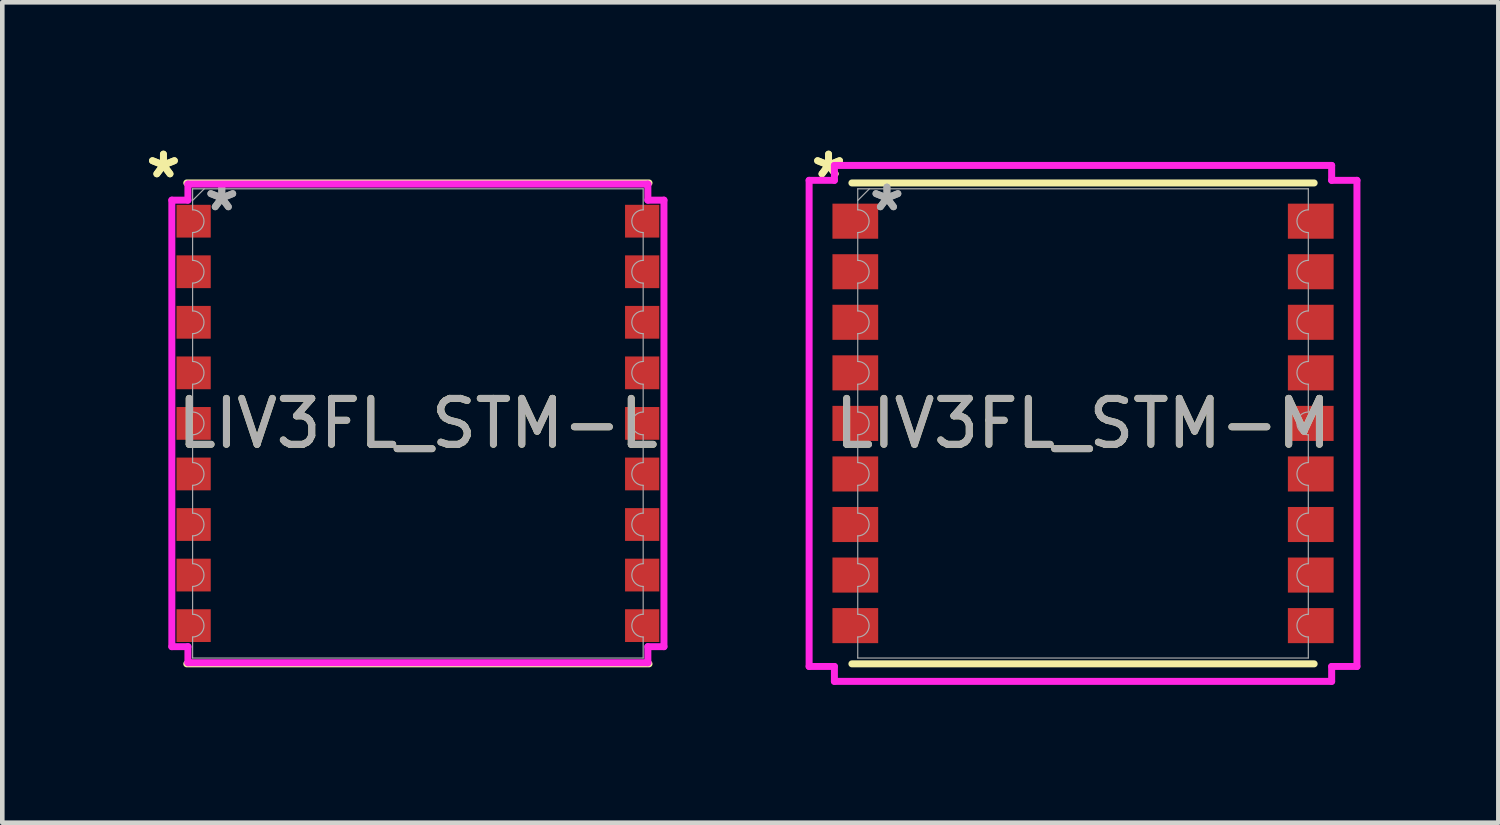
<source format=kicad_pcb>
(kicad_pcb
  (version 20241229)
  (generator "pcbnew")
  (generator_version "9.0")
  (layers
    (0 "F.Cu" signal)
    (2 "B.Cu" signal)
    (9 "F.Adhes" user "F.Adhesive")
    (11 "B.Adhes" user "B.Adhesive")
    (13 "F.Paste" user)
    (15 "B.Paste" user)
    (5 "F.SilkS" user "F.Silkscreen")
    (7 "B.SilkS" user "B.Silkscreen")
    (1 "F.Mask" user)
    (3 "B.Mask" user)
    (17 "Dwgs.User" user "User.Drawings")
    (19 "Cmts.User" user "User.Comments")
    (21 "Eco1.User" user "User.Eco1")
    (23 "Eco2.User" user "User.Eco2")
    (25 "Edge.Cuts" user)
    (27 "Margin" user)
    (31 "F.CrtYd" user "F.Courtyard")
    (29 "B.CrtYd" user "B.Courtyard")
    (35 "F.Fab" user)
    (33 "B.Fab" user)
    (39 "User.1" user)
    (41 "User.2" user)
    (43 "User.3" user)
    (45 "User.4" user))
  (footprint "LIV3FL_STM-M"
    (layer "F.Cu")
    (at 20.516 6.163)
    (property "Reference" "LIV3FL_STM-M" (at 0 0 0) (unlocked yes) (layer "F.SilkS") (effects (font (size 1 1) (thickness 0.15))))
    (attr smd)
    (fp_line (start -5.029 -5.232) (end 5.029 -5.232) (stroke (width 0.152) (type solid)) (layer "F.SilkS"))
    (fp_line (start -5.029 5.232) (end 5.029 5.232) (stroke (width 0.152) (type solid)) (layer "F.SilkS"))
    (fp_line (start -5.96 -5.289) (end -5.41 -5.289) (stroke (width 0.152) (type solid)) (layer "F.CrtYd"))
    (fp_line (start -5.96 5.289) (end -5.96 -5.289) (stroke (width 0.152) (type solid)) (layer "F.CrtYd"))
    (fp_line (start -5.96 5.289) (end -5.41 5.289) (stroke (width 0.152) (type solid)) (layer "F.CrtYd"))
    (fp_line (start -5.41 -5.613) (end 5.41 -5.613) (stroke (width 0.152) (type solid)) (layer "F.CrtYd"))
    (fp_line (start -5.41 -5.289) (end -5.41 -5.613) (stroke (width 0.152) (type solid)) (layer "F.CrtYd"))
    (fp_line (start -5.41 5.613) (end -5.41 5.289) (stroke (width 0.152) (type solid)) (layer "F.CrtYd"))
    (fp_line (start 5.41 -5.613) (end 5.41 -5.289) (stroke (width 0.152) (type solid)) (layer "F.CrtYd"))
    (fp_line (start 5.41 5.289) (end 5.41 5.613) (stroke (width 0.152) (type solid)) (layer "F.CrtYd"))
    (fp_line (start 5.41 5.613) (end -5.41 5.613) (stroke (width 0.152) (type solid)) (layer "F.CrtYd"))
    (fp_line (start 5.96 -5.289) (end 5.41 -5.289) (stroke (width 0.152) (type solid)) (layer "F.CrtYd"))
    (fp_line (start 5.96 -5.289) (end 5.96 5.289) (stroke (width 0.152) (type solid)) (layer "F.CrtYd"))
    (fp_line (start 5.96 5.289) (end 5.41 5.289) (stroke (width 0.152) (type solid)) (layer "F.CrtYd"))
    (fp_line (start -4.902 -5.105) (end 4.902 -5.105) (stroke (width 0.025) (type solid)) (layer "F.Fab"))
    (fp_line (start -4.902 -4.648) (end -4.902 -5.105) (stroke (width 0.025) (type solid)) (layer "F.Fab"))
    (fp_line (start -4.902 -4.152) (end -4.902 -3.548) (stroke (width 0.025) (type solid)) (layer "F.Fab"))
    (fp_line (start -4.902 -3.052) (end -4.902 -2.448) (stroke (width 0.025) (type solid)) (layer "F.Fab"))
    (fp_line (start -4.902 -1.952) (end -4.902 -1.348) (stroke (width 0.025) (type solid)) (layer "F.Fab"))
    (fp_line (start -4.902 -0.852) (end -4.902 -0.248) (stroke (width 0.025) (type solid)) (layer "F.Fab"))
    (fp_line (start -4.902 0.248) (end -4.902 0.852) (stroke (width 0.025) (type solid)) (layer "F.Fab"))
    (fp_line (start -4.902 1.348) (end -4.902 1.952) (stroke (width 0.025) (type solid)) (layer "F.Fab"))
    (fp_line (start -4.902 2.448) (end -4.902 3.052) (stroke (width 0.025) (type solid)) (layer "F.Fab"))
    (fp_line (start -4.902 3.548) (end -4.902 4.152) (stroke (width 0.025) (type solid)) (layer "F.Fab"))
    (fp_line (start -4.902 4.648) (end -4.902 5.105) (stroke (width 0.025) (type solid)) (layer "F.Fab"))
    (fp_line (start -4.902 5.105) (end 4.902 5.105) (stroke (width 0.025) (type solid)) (layer "F.Fab"))
    (fp_line (start -4.648 -5.105) (end -4.902 -4.851) (stroke (width 0.025) (type solid)) (layer "F.Fab"))
    (fp_line (start 4.902 -4.648) (end 4.902 -5.105) (stroke (width 0.025) (type solid)) (layer "F.Fab"))
    (fp_line (start 4.902 -4.152) (end 4.902 -3.548) (stroke (width 0.025) (type solid)) (layer "F.Fab"))
    (fp_line (start 4.902 -3.052) (end 4.902 -2.448) (stroke (width 0.025) (type solid)) (layer "F.Fab"))
    (fp_line (start 4.902 -1.952) (end 4.902 -1.348) (stroke (width 0.025) (type solid)) (layer "F.Fab"))
    (fp_line (start 4.902 -0.852) (end 4.902 -0.248) (stroke (width 0.025) (type solid)) (layer "F.Fab"))
    (fp_line (start 4.902 0.248) (end 4.902 0.852) (stroke (width 0.025) (type solid)) (layer "F.Fab"))
    (fp_line (start 4.902 1.348) (end 4.902 1.952) (stroke (width 0.025) (type solid)) (layer "F.Fab"))
    (fp_line (start 4.902 2.448) (end 4.902 3.052) (stroke (width 0.025) (type solid)) (layer "F.Fab"))
    (fp_line (start 4.902 3.548) (end 4.902 4.152) (stroke (width 0.025) (type solid)) (layer "F.Fab"))
    (fp_line (start 4.902 4.648) (end 4.902 5.105) (stroke (width 0.025) (type solid)) (layer "F.Fab"))
    (fp_arc (start -4.9022 -4.647651) (mid -4.65455 -4.400001) (end -4.9022 -4.152351) (stroke (width 0.0254) (type solid)) (layer "F.Fab"))
    (fp_arc (start -4.9022 -3.547651) (mid -4.65455 -3.300001) (end -4.9022 -3.052351) (stroke (width 0.0254) (type solid)) (layer "F.Fab"))
    (fp_arc (start -4.9022 -2.447651) (mid -4.65455 -2.200001) (end -4.9022 -1.952351) (stroke (width 0.0254) (type solid)) (layer "F.Fab"))
    (fp_arc (start -4.9022 -1.34765) (mid -4.65455 -1.1) (end -4.9022 -0.85235) (stroke (width 0.0254) (type solid)) (layer "F.Fab"))
    (fp_arc (start -4.9022 -0.24765) (mid -4.65455 0) (end -4.9022 0.24765) (stroke (width 0.0254) (type solid)) (layer "F.Fab"))
    (fp_arc (start -4.9022 0.85235) (mid -4.65455 1.1) (end -4.9022 1.34765) (stroke (width 0.0254) (type solid)) (layer "F.Fab"))
    (fp_arc (start -4.9022 1.952351) (mid -4.65455 2.200001) (end -4.9022 2.447651) (stroke (width 0.0254) (type solid)) (layer "F.Fab"))
    (fp_arc (start -4.9022 3.052348) (mid -4.65455 3.299998) (end -4.9022 3.547648) (stroke (width 0.0254) (type solid)) (layer "F.Fab"))
    (fp_arc (start -4.9022 4.152349) (mid -4.65455 4.399999) (end -4.9022 4.647649) (stroke (width 0.0254) (type solid)) (layer "F.Fab"))
    (fp_arc (start 4.9022 -4.152351) (mid 4.65455 -4.400001) (end 4.9022 -4.647651) (stroke (width 0.0254) (type solid)) (layer "F.Fab"))
    (fp_arc (start 4.9022 -3.052351) (mid 4.65455 -3.300001) (end 4.9022 -3.547651) (stroke (width 0.0254) (type solid)) (layer "F.Fab"))
    (fp_arc (start 4.9022 -1.952351) (mid 4.65455 -2.200001) (end 4.9022 -2.447651) (stroke (width 0.0254) (type solid)) (layer "F.Fab"))
    (fp_arc (start 4.9022 -0.85235) (mid 4.65455 -1.1) (end 4.9022 -1.34765) (stroke (width 0.0254) (type solid)) (layer "F.Fab"))
    (fp_arc (start 4.9022 0.24765) (mid 4.65455 0) (end 4.9022 -0.24765) (stroke (width 0.0254) (type solid)) (layer "F.Fab"))
    (fp_arc (start 4.9022 1.34765) (mid 4.65455 1.1) (end 4.9022 0.85235) (stroke (width 0.0254) (type solid)) (layer "F.Fab"))
    (fp_arc (start 4.9022 2.447651) (mid 4.65455 2.200001) (end 4.9022 1.952351) (stroke (width 0.0254) (type solid)) (layer "F.Fab"))
    (fp_arc (start 4.9022 3.547648) (mid 4.65455 3.299998) (end 4.9022 3.052348) (stroke (width 0.0254) (type solid)) (layer "F.Fab"))
    (fp_arc (start 4.9022 4.647649) (mid 4.65455 4.399999) (end 4.9022 4.152349) (stroke (width 0.0254) (type solid)) (layer "F.Fab"))
    (fp_text user "*" (at -5.537 -5.314 0) (unlocked yes) (layer "F.SilkS") (effects (font (size 1 1) (thickness 0.15))))
    (fp_text user "*" (at -5.537 -5.314 0) (layer "F.SilkS") (effects (font (size 1 1) (thickness 0.15))))
    (fp_text user "*" (at -4.267 -4.597 0) (layer "F.Fab") (effects (font (size 1 1) (thickness 0.15))))
    (fp_text user "${REFERENCE}" (at 0 0 0) (unlocked yes) (layer "F.Fab") (effects (font (size 1 1) (thickness 0.15))))
    (fp_text user "*" (at -4.267 -4.597 0) (unlocked yes) (layer "F.Fab") (effects (font (size 1 1) (thickness 0.15))))
    (pad "1" smd rect (at -4.955 -4.4) (size 0.995 0.763) (layers "F.Cu" "F.Mask" "F.Paste"))
    (pad "2" smd rect (at -4.955 -3.3) (size 0.995 0.763) (layers "F.Cu" "F.Mask" "F.Paste"))
    (pad "3" smd rect (at -4.955 -2.2) (size 0.995 0.763) (layers "F.Cu" "F.Mask" "F.Paste"))
    (pad "4" smd rect (at -4.955 -1.1) (size 0.995 0.763) (layers "F.Cu" "F.Mask" "F.Paste"))
    (pad "5" smd rect (at -4.955 0) (size 0.995 0.763) (layers "F.Cu" "F.Mask" "F.Paste"))
    (pad "6" smd rect (at -4.955 1.1) (size 0.995 0.763) (layers "F.Cu" "F.Mask" "F.Paste"))
    (pad "7" smd rect (at -4.955 2.2) (size 0.995 0.763) (layers "F.Cu" "F.Mask" "F.Paste"))
    (pad "8" smd rect (at -4.955 3.3) (size 0.995 0.763) (layers "F.Cu" "F.Mask" "F.Paste"))
    (pad "9" smd rect (at -4.955 4.4) (size 0.995 0.763) (layers "F.Cu" "F.Mask" "F.Paste"))
    (pad "10" smd rect (at 4.955 4.4) (size 0.995 0.763) (layers "F.Cu" "F.Mask" "F.Paste"))
    (pad "11" smd rect (at 4.955 3.3) (size 0.995 0.763) (layers "F.Cu" "F.Mask" "F.Paste"))
    (pad "12" smd rect (at 4.955 2.2) (size 0.995 0.763) (layers "F.Cu" "F.Mask" "F.Paste"))
    (pad "13" smd rect (at 4.955 1.1) (size 0.995 0.763) (layers "F.Cu" "F.Mask" "F.Paste"))
    (pad "14" smd rect (at 4.955 0) (size 0.995 0.763) (layers "F.Cu" "F.Mask" "F.Paste"))
    (pad "15" smd rect (at 4.955 -1.1) (size 0.995 0.763) (layers "F.Cu" "F.Mask" "F.Paste"))
    (pad "16" smd rect (at 4.955 -2.2) (size 0.995 0.763) (layers "F.Cu" "F.Mask" "F.Paste"))
    (pad "17" smd rect (at 4.955 -3.3) (size 0.995 0.763) (layers "F.Cu" "F.Mask" "F.Paste"))
    (pad "18" smd rect (at 4.955 -4.4) (size 0.995 0.763) (layers "F.Cu" "F.Mask" "F.Paste")))
  (footprint "LIV3FL_STM-L"
    (layer "F.Cu")
    (at 6.043 6.163)
    (property "Reference" "LIV3FL_STM-L" (at 0 0 0) (unlocked yes) (layer "F.SilkS") (effects (font (size 1 1) (thickness 0.15))))
    (attr smd)
    (fp_line (start -5.029 -5.232) (end 5.029 -5.232) (stroke (width 0.152) (type solid)) (layer "F.SilkS"))
    (fp_line (start -5.029 5.232) (end 5.029 5.232) (stroke (width 0.152) (type solid)) (layer "F.SilkS"))
    (fp_line (start -5.354 -4.858) (end -5.004 -4.858) (stroke (width 0.152) (type solid)) (layer "F.CrtYd"))
    (fp_line (start -5.354 4.858) (end -5.354 -4.858) (stroke (width 0.152) (type solid)) (layer "F.CrtYd"))
    (fp_line (start -5.354 4.858) (end -5.004 4.858) (stroke (width 0.152) (type solid)) (layer "F.CrtYd"))
    (fp_line (start -5.004 -5.207) (end 5.004 -5.207) (stroke (width 0.152) (type solid)) (layer "F.CrtYd"))
    (fp_line (start -5.004 -4.858) (end -5.004 -5.207) (stroke (width 0.152) (type solid)) (layer "F.CrtYd"))
    (fp_line (start -5.004 5.207) (end -5.004 4.858) (stroke (width 0.152) (type solid)) (layer "F.CrtYd"))
    (fp_line (start 5.004 -5.207) (end 5.004 -4.858) (stroke (width 0.152) (type solid)) (layer "F.CrtYd"))
    (fp_line (start 5.004 4.858) (end 5.004 5.207) (stroke (width 0.152) (type solid)) (layer "F.CrtYd"))
    (fp_line (start 5.004 5.207) (end -5.004 5.207) (stroke (width 0.152) (type solid)) (layer "F.CrtYd"))
    (fp_line (start 5.354 -4.858) (end 5.004 -4.858) (stroke (width 0.152) (type solid)) (layer "F.CrtYd"))
    (fp_line (start 5.354 -4.858) (end 5.354 4.858) (stroke (width 0.152) (type solid)) (layer "F.CrtYd"))
    (fp_line (start 5.354 4.858) (end 5.004 4.858) (stroke (width 0.152) (type solid)) (layer "F.CrtYd"))
    (fp_line (start -4.902 -5.105) (end 4.902 -5.105) (stroke (width 0.025) (type solid)) (layer "F.Fab"))
    (fp_line (start -4.902 -4.648) (end -4.902 -5.105) (stroke (width 0.025) (type solid)) (layer "F.Fab"))
    (fp_line (start -4.902 -4.152) (end -4.902 -3.548) (stroke (width 0.025) (type solid)) (layer "F.Fab"))
    (fp_line (start -4.902 -3.052) (end -4.902 -2.448) (stroke (width 0.025) (type solid)) (layer "F.Fab"))
    (fp_line (start -4.902 -1.952) (end -4.902 -1.348) (stroke (width 0.025) (type solid)) (layer "F.Fab"))
    (fp_line (start -4.902 -0.852) (end -4.902 -0.248) (stroke (width 0.025) (type solid)) (layer "F.Fab"))
    (fp_line (start -4.902 0.248) (end -4.902 0.852) (stroke (width 0.025) (type solid)) (layer "F.Fab"))
    (fp_line (start -4.902 1.348) (end -4.902 1.952) (stroke (width 0.025) (type solid)) (layer "F.Fab"))
    (fp_line (start -4.902 2.448) (end -4.902 3.052) (stroke (width 0.025) (type solid)) (layer "F.Fab"))
    (fp_line (start -4.902 3.548) (end -4.902 4.152) (stroke (width 0.025) (type solid)) (layer "F.Fab"))
    (fp_line (start -4.902 4.648) (end -4.902 5.105) (stroke (width 0.025) (type solid)) (layer "F.Fab"))
    (fp_line (start -4.902 5.105) (end 4.902 5.105) (stroke (width 0.025) (type solid)) (layer "F.Fab"))
    (fp_line (start -4.648 -5.105) (end -4.902 -4.851) (stroke (width 0.025) (type solid)) (layer "F.Fab"))
    (fp_line (start 4.902 -4.648) (end 4.902 -5.105) (stroke (width 0.025) (type solid)) (layer "F.Fab"))
    (fp_line (start 4.902 -4.152) (end 4.902 -3.548) (stroke (width 0.025) (type solid)) (layer "F.Fab"))
    (fp_line (start 4.902 -3.052) (end 4.902 -2.448) (stroke (width 0.025) (type solid)) (layer "F.Fab"))
    (fp_line (start 4.902 -1.952) (end 4.902 -1.348) (stroke (width 0.025) (type solid)) (layer "F.Fab"))
    (fp_line (start 4.902 -0.852) (end 4.902 -0.248) (stroke (width 0.025) (type solid)) (layer "F.Fab"))
    (fp_line (start 4.902 0.248) (end 4.902 0.852) (stroke (width 0.025) (type solid)) (layer "F.Fab"))
    (fp_line (start 4.902 1.348) (end 4.902 1.952) (stroke (width 0.025) (type solid)) (layer "F.Fab"))
    (fp_line (start 4.902 2.448) (end 4.902 3.052) (stroke (width 0.025) (type solid)) (layer "F.Fab"))
    (fp_line (start 4.902 3.548) (end 4.902 4.152) (stroke (width 0.025) (type solid)) (layer "F.Fab"))
    (fp_line (start 4.902 4.648) (end 4.902 5.105) (stroke (width 0.025) (type solid)) (layer "F.Fab"))
    (fp_arc (start -4.9022 -4.647651) (mid -4.65455 -4.400001) (end -4.9022 -4.152351) (stroke (width 0.0254) (type solid)) (layer "F.Fab"))
    (fp_arc (start -4.9022 -3.547651) (mid -4.65455 -3.300001) (end -4.9022 -3.052351) (stroke (width 0.0254) (type solid)) (layer "F.Fab"))
    (fp_arc (start -4.9022 -2.447651) (mid -4.65455 -2.200001) (end -4.9022 -1.952351) (stroke (width 0.0254) (type solid)) (layer "F.Fab"))
    (fp_arc (start -4.9022 -1.34765) (mid -4.65455 -1.1) (end -4.9022 -0.85235) (stroke (width 0.0254) (type solid)) (layer "F.Fab"))
    (fp_arc (start -4.9022 -0.24765) (mid -4.65455 0) (end -4.9022 0.24765) (stroke (width 0.0254) (type solid)) (layer "F.Fab"))
    (fp_arc (start -4.9022 0.85235) (mid -4.65455 1.1) (end -4.9022 1.34765) (stroke (width 0.0254) (type solid)) (layer "F.Fab"))
    (fp_arc (start -4.9022 1.952351) (mid -4.65455 2.200001) (end -4.9022 2.447651) (stroke (width 0.0254) (type solid)) (layer "F.Fab"))
    (fp_arc (start -4.9022 3.052348) (mid -4.65455 3.299998) (end -4.9022 3.547648) (stroke (width 0.0254) (type solid)) (layer "F.Fab"))
    (fp_arc (start -4.9022 4.152349) (mid -4.65455 4.399999) (end -4.9022 4.647649) (stroke (width 0.0254) (type solid)) (layer "F.Fab"))
    (fp_arc (start 4.9022 -4.152351) (mid 4.65455 -4.400001) (end 4.9022 -4.647651) (stroke (width 0.0254) (type solid)) (layer "F.Fab"))
    (fp_arc (start 4.9022 -3.052351) (mid 4.65455 -3.300001) (end 4.9022 -3.547651) (stroke (width 0.0254) (type solid)) (layer "F.Fab"))
    (fp_arc (start 4.9022 -1.952351) (mid 4.65455 -2.200001) (end 4.9022 -2.447651) (stroke (width 0.0254) (type solid)) (layer "F.Fab"))
    (fp_arc (start 4.9022 -0.85235) (mid 4.65455 -1.1) (end 4.9022 -1.34765) (stroke (width 0.0254) (type solid)) (layer "F.Fab"))
    (fp_arc (start 4.9022 0.24765) (mid 4.65455 0) (end 4.9022 -0.24765) (stroke (width 0.0254) (type solid)) (layer "F.Fab"))
    (fp_arc (start 4.9022 1.34765) (mid 4.65455 1.1) (end 4.9022 0.85235) (stroke (width 0.0254) (type solid)) (layer "F.Fab"))
    (fp_arc (start 4.9022 2.447651) (mid 4.65455 2.200001) (end 4.9022 1.952351) (stroke (width 0.0254) (type solid)) (layer "F.Fab"))
    (fp_arc (start 4.9022 3.547648) (mid 4.65455 3.299998) (end 4.9022 3.052348) (stroke (width 0.0254) (type solid)) (layer "F.Fab"))
    (fp_arc (start 4.9022 4.647649) (mid 4.65455 4.399999) (end 4.9022 4.152349) (stroke (width 0.0254) (type solid)) (layer "F.Fab"))
    (fp_text user "*" (at -5.537 -5.314 0) (unlocked yes) (layer "F.SilkS") (effects (font (size 1 1) (thickness 0.15))))
    (fp_text user "*" (at -5.537 -5.314 0) (layer "F.SilkS") (effects (font (size 1 1) (thickness 0.15))))
    (fp_text user "*" (at -4.267 -4.597 0) (unlocked yes) (layer "F.Fab") (effects (font (size 1 1) (thickness 0.15))))
    (fp_text user "*" (at -4.267 -4.597 0) (layer "F.Fab") (effects (font (size 1 1) (thickness 0.15))))
    (fp_text user "${REFERENCE}" (at 0 0 0) (unlocked yes) (layer "F.Fab") (effects (font (size 1 1) (thickness 0.15))))
    (pad "1" smd rect (at -4.88 -4.4) (size 0.745 0.713) (layers "F.Cu" "F.Mask" "F.Paste"))
    (pad "2" smd rect (at -4.88 -3.3) (size 0.745 0.713) (layers "F.Cu" "F.Mask" "F.Paste"))
    (pad "3" smd rect (at -4.88 -2.2) (size 0.745 0.713) (layers "F.Cu" "F.Mask" "F.Paste"))
    (pad "4" smd rect (at -4.88 -1.1) (size 0.745 0.713) (layers "F.Cu" "F.Mask" "F.Paste"))
    (pad "5" smd rect (at -4.88 0) (size 0.745 0.713) (layers "F.Cu" "F.Mask" "F.Paste"))
    (pad "6" smd rect (at -4.88 1.1) (size 0.745 0.713) (layers "F.Cu" "F.Mask" "F.Paste"))
    (pad "7" smd rect (at -4.88 2.2) (size 0.745 0.713) (layers "F.Cu" "F.Mask" "F.Paste"))
    (pad "8" smd rect (at -4.88 3.3) (size 0.745 0.713) (layers "F.Cu" "F.Mask" "F.Paste"))
    (pad "9" smd rect (at -4.88 4.4) (size 0.745 0.713) (layers "F.Cu" "F.Mask" "F.Paste"))
    (pad "10" smd rect (at 4.88 4.4) (size 0.745 0.713) (layers "F.Cu" "F.Mask" "F.Paste"))
    (pad "11" smd rect (at 4.88 3.3) (size 0.745 0.713) (layers "F.Cu" "F.Mask" "F.Paste"))
    (pad "12" smd rect (at 4.88 2.2) (size 0.745 0.713) (layers "F.Cu" "F.Mask" "F.Paste"))
    (pad "13" smd rect (at 4.88 1.1) (size 0.745 0.713) (layers "F.Cu" "F.Mask" "F.Paste"))
    (pad "14" smd rect (at 4.88 0) (size 0.745 0.713) (layers "F.Cu" "F.Mask" "F.Paste"))
    (pad "15" smd rect (at 4.88 -1.1) (size 0.745 0.713) (layers "F.Cu" "F.Mask" "F.Paste"))
    (pad "16" smd rect (at 4.88 -2.2) (size 0.745 0.713) (layers "F.Cu" "F.Mask" "F.Paste"))
    (pad "17" smd rect (at 4.88 -3.3) (size 0.745 0.713) (layers "F.Cu" "F.Mask" "F.Paste"))
    (pad "18" smd rect (at 4.88 -4.4) (size 0.745 0.713) (layers "F.Cu" "F.Mask" "F.Paste")))
  (gr_rect
    (start -3 -3)
    (end 29.553 14.852)
    (stroke (width 0.1) (type default))
    (fill no)
    (layer "Edge.Cuts")))
</source>
